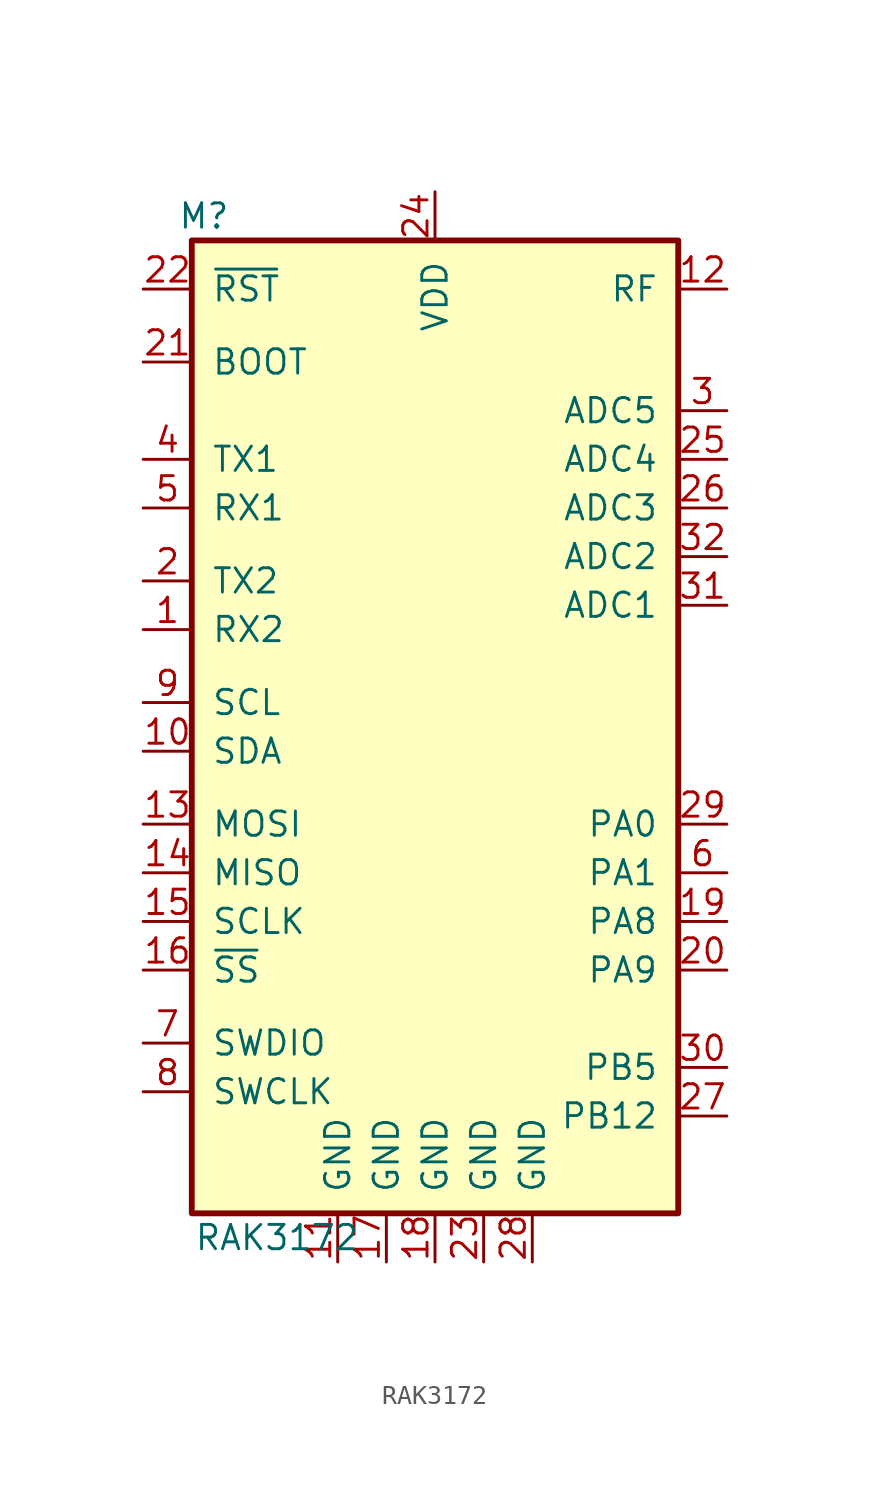
<source format=kicad_sym>
(kicad_symbol_lib
  (version 20220914)
  (generator kicad_symbol_editor)
  (symbol "RAK3172"
    (pin_names
      (offset 1.016))
    (property "Reference" "M"
      (at -12.065 26.67 0)
      (effects (font (size 1.27 1.27))))
    (property "Value" "RAK3172"
      (at -8.255 -26.67 0)
      (effects (font (size 1.27 1.27))))
    (symbol "RAK3172_1_0"
      (rectangle (start -12.7 -25.4) (end 12.7 25.4) (stroke (width 0.305) (type solid)) (fill (type background))))
    (symbol "RAK3172_1_1"
      (pin input line (at -15.24 5.08 0) (length 2.54) (name "RX2" (effects (font (size 1.27 1.27)))) (number "1" (effects (font (size 1.27 1.27)))))
      (pin bidirectional line (at -15.24 -1.27 0) (length 2.54) (name "SDA" (effects (font (size 1.27 1.27)))) (number "10" (effects (font (size 1.27 1.27)))))
      (pin power_in line (at -5.08 -27.94 90) (length 2.54) (name "GND" (effects (font (size 1.27 1.27)))) (number "11" (effects (font (size 1.27 1.27)))))
      (pin output line (at 15.24 22.86 180) (length 2.54) (name "RF" (effects (font (size 1.27 1.27)))) (number "12" (effects (font (size 1.27 1.27)))))
      (pin input line (at -15.24 -5.08 0) (length 2.54) (name "MOSI" (effects (font (size 1.27 1.27)))) (number "13" (effects (font (size 1.27 1.27)))))
      (pin output line (at -15.24 -7.62 0) (length 2.54) (name "MISO" (effects (font (size 1.27 1.27)))) (number "14" (effects (font (size 1.27 1.27)))))
      (pin input line (at -15.24 -10.16 0) (length 2.54) (name "SCLK" (effects (font (size 1.27 1.27)))) (number "15" (effects (font (size 1.27 1.27)))))
      (pin input line (at -15.24 -12.7 0) (length 2.54) (name "~{SS}" (effects (font (size 1.27 1.27)))) (number "16" (effects (font (size 1.27 1.27)))))
      (pin power_in line (at -2.54 -27.94 90) (length 2.54) (name "GND" (effects (font (size 1.27 1.27)))) (number "17" (effects (font (size 1.27 1.27)))))
      (pin power_in line (at 0 -27.94 90) (length 2.54) (name "GND" (effects (font (size 1.27 1.27)))) (number "18" (effects (font (size 1.27 1.27)))))
      (pin bidirectional line (at 15.24 -10.16 180) (length 2.54) (name "PA8" (effects (font (size 1.27 1.27)))) (number "19" (effects (font (size 1.27 1.27)))))
      (pin output line (at -15.24 7.62 0) (length 2.54) (name "TX2" (effects (font (size 1.27 1.27)))) (number "2" (effects (font (size 1.27 1.27)))))
      (pin bidirectional line (at 15.24 -12.7 180) (length 2.54) (name "PA9" (effects (font (size 1.27 1.27)))) (number "20" (effects (font (size 1.27 1.27)))))
      (pin input line (at -15.24 19.05 0) (length 2.54) (name "BOOT" (effects (font (size 1.27 1.27)))) (number "21" (effects (font (size 1.27 1.27)))))
      (pin input line (at -15.24 22.86 0) (length 2.54) (name "~{RST}" (effects (font (size 1.27 1.27)))) (number "22" (effects (font (size 1.27 1.27)))))
      (pin power_in line (at 2.54 -27.94 90) (length 2.54) (name "GND" (effects (font (size 1.27 1.27)))) (number "23" (effects (font (size 1.27 1.27)))))
      (pin input line (at 0 27.94 270) (length 2.54) (name "VDD" (effects (font (size 1.27 1.27)))) (number "24" (effects (font (size 1.27 1.27)))))
      (pin input line (at 15.24 13.97 180) (length 2.54) (name "ADC4" (effects (font (size 1.27 1.27)))) (number "25" (effects (font (size 1.27 1.27)))))
      (pin input line (at 15.24 11.43 180) (length 2.54) (name "ADC3" (effects (font (size 1.27 1.27)))) (number "26" (effects (font (size 1.27 1.27)))))
      (pin bidirectional line (at 15.24 -20.32 180) (length 2.54) (name "PB12" (effects (font (size 1.27 1.27)))) (number "27" (effects (font (size 1.27 1.27)))))
      (pin power_in line (at 5.08 -27.94 90) (length 2.54) (name "GND" (effects (font (size 1.27 1.27)))) (number "28" (effects (font (size 1.27 1.27)))))
      (pin bidirectional line (at 15.24 -5.08 180) (length 2.54) (name "PA0" (effects (font (size 1.27 1.27)))) (number "29" (effects (font (size 1.27 1.27)))))
      (pin input line (at 15.24 16.51 180) (length 2.54) (name "ADC5" (effects (font (size 1.27 1.27)))) (number "3" (effects (font (size 1.27 1.27)))))
      (pin bidirectional line (at 15.24 -17.78 180) (length 2.54) (name "PB5" (effects (font (size 1.27 1.27)))) (number "30" (effects (font (size 1.27 1.27)))))
      (pin input line (at 15.24 6.35 180) (length 2.54) (name "ADC1" (effects (font (size 1.27 1.27)))) (number "31" (effects (font (size 1.27 1.27)))))
      (pin input line (at 15.24 8.89 180) (length 2.54) (name "ADC2" (effects (font (size 1.27 1.27)))) (number "32" (effects (font (size 1.27 1.27)))))
      (pin output line (at -15.24 13.97 0) (length 2.54) (name "TX1" (effects (font (size 1.27 1.27)))) (number "4" (effects (font (size 1.27 1.27)))))
      (pin input line (at -15.24 11.43 0) (length 2.54) (name "RX1" (effects (font (size 1.27 1.27)))) (number "5" (effects (font (size 1.27 1.27)))))
      (pin bidirectional line (at 15.24 -7.62 180) (length 2.54) (name "PA1" (effects (font (size 1.27 1.27)))) (number "6" (effects (font (size 1.27 1.27)))))
      (pin bidirectional line (at -15.24 -16.51 0) (length 2.54) (name "SWDIO" (effects (font (size 1.27 1.27)))) (number "7" (effects (font (size 1.27 1.27)))))
      (pin bidirectional line (at -15.24 -19.05 0) (length 2.54) (name "SWCLK" (effects (font (size 1.27 1.27)))) (number "8" (effects (font (size 1.27 1.27)))))
      (pin bidirectional line (at -15.24 1.27 0) (length 2.54) (name "SCL" (effects (font (size 1.27 1.27)))) (number "9" (effects (font (size 1.27 1.27))))))))
</source>
